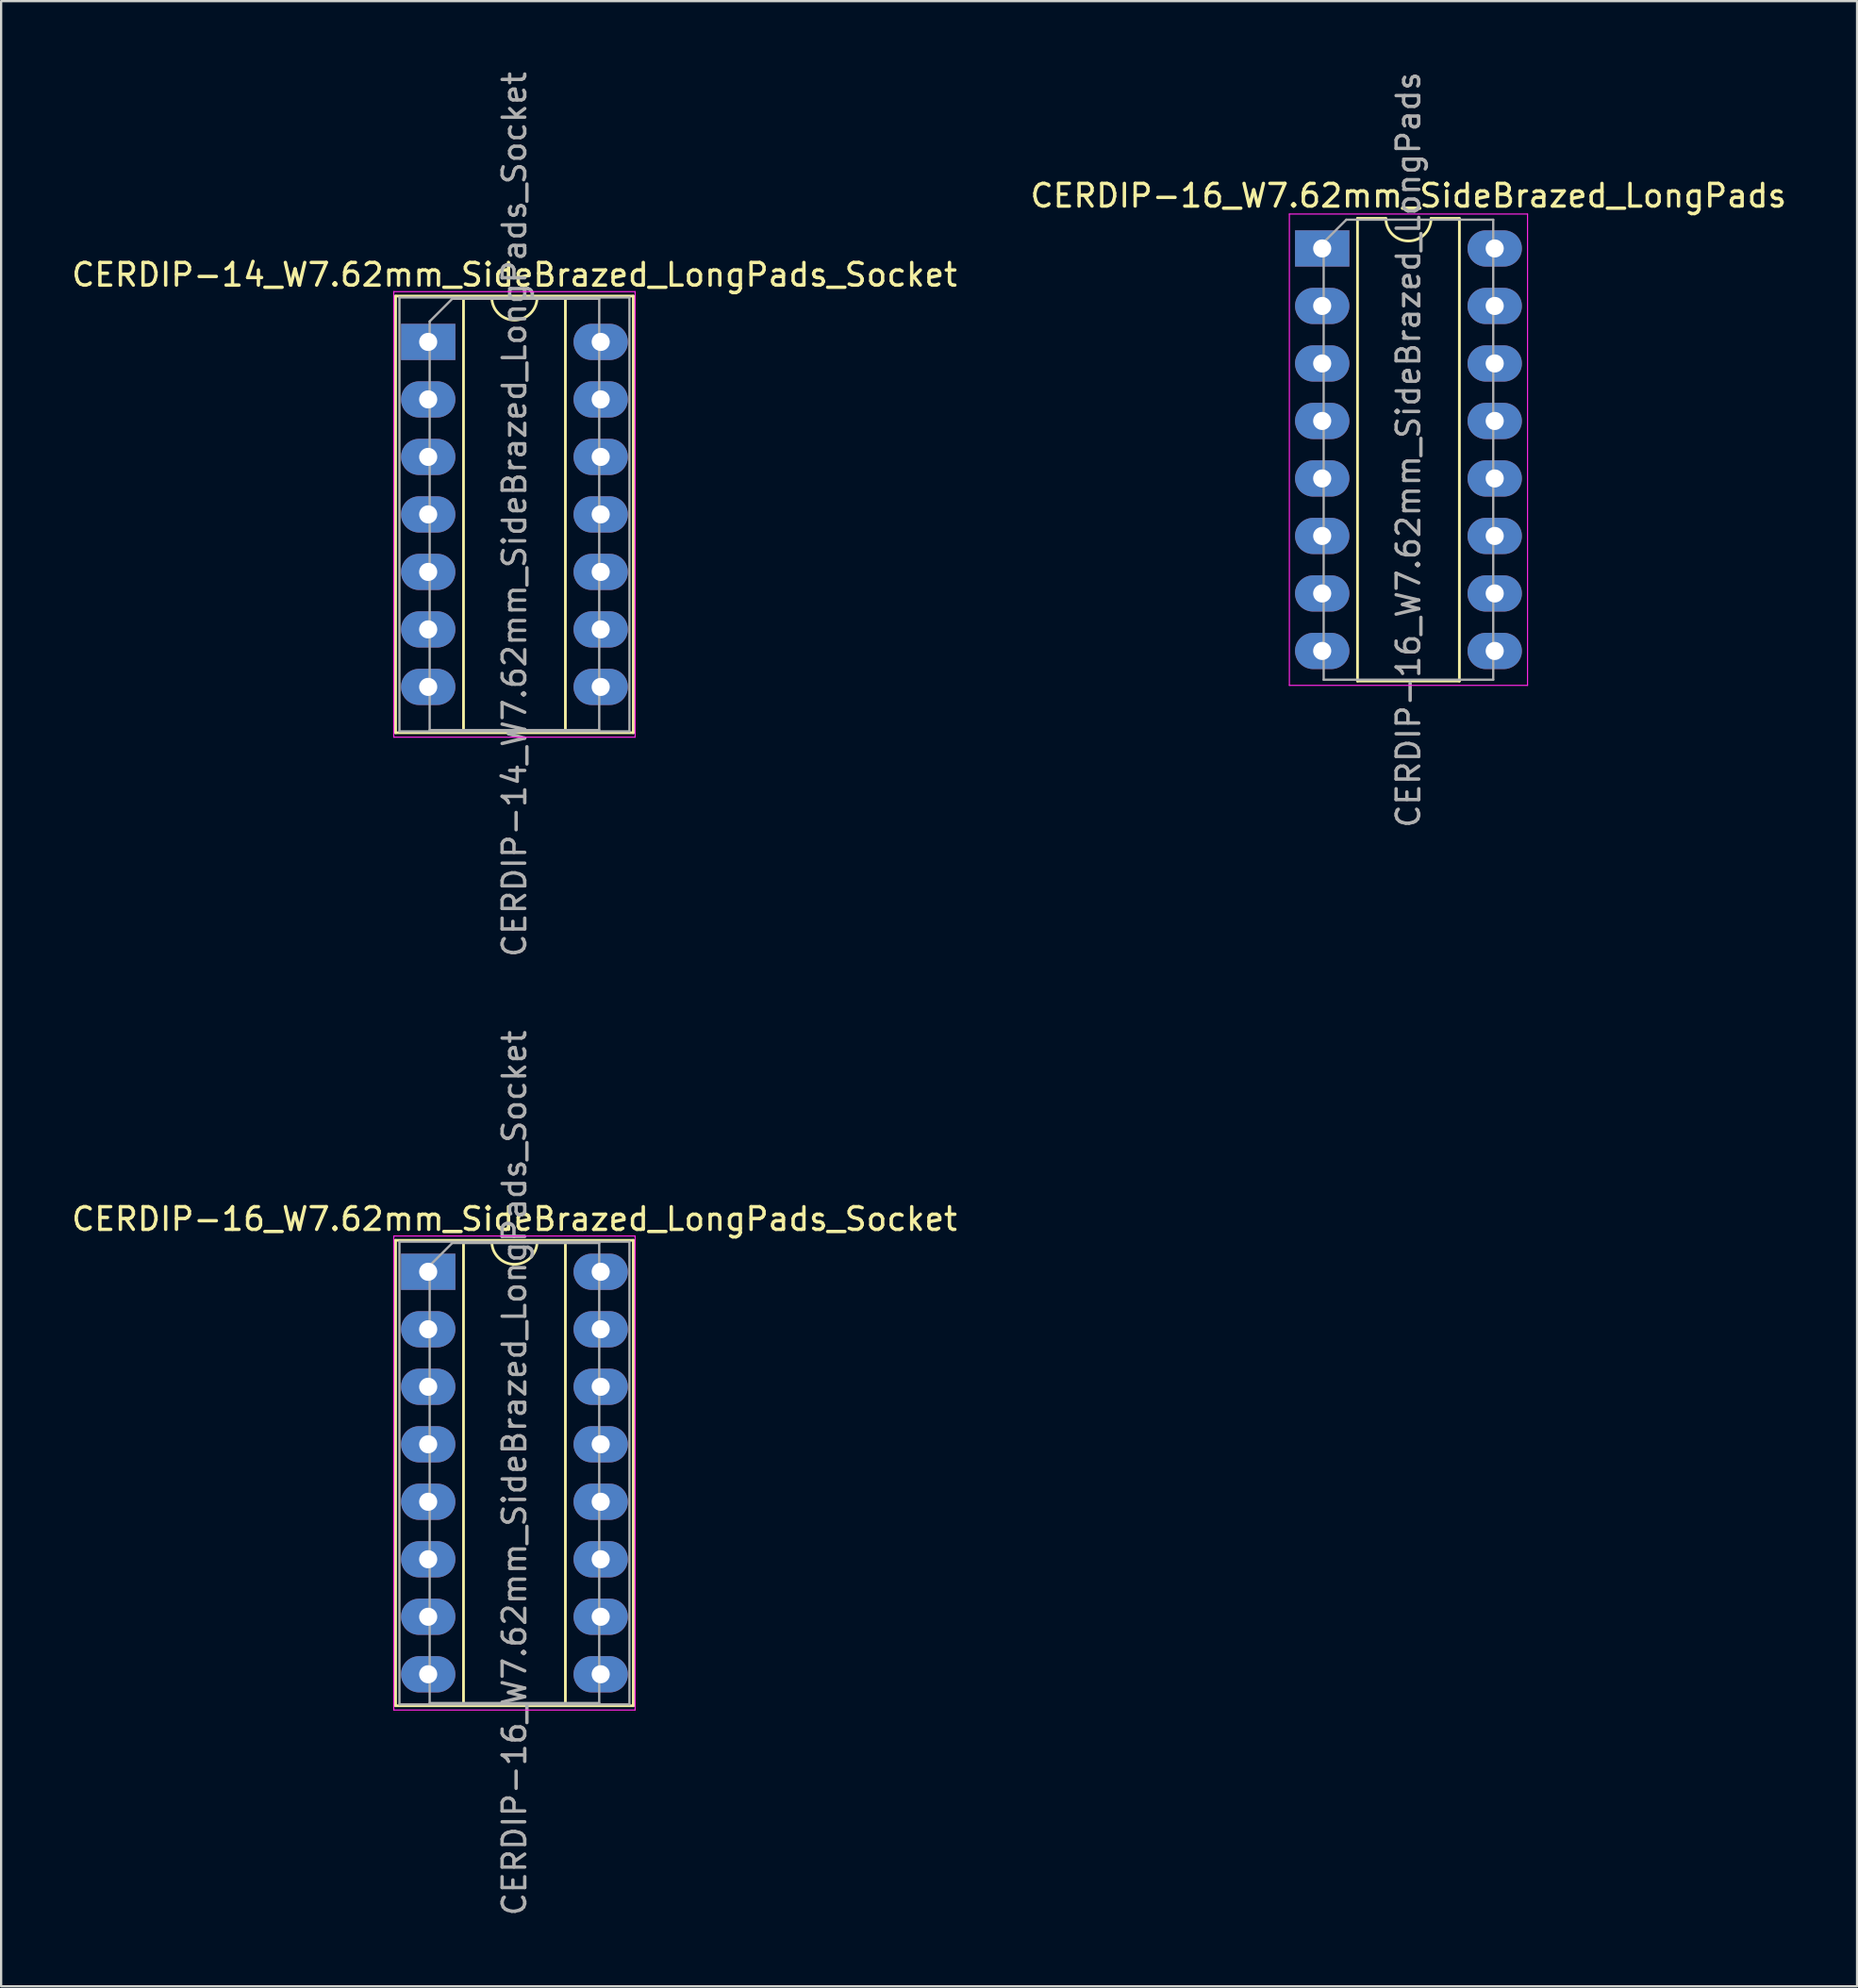
<source format=kicad_pcb>
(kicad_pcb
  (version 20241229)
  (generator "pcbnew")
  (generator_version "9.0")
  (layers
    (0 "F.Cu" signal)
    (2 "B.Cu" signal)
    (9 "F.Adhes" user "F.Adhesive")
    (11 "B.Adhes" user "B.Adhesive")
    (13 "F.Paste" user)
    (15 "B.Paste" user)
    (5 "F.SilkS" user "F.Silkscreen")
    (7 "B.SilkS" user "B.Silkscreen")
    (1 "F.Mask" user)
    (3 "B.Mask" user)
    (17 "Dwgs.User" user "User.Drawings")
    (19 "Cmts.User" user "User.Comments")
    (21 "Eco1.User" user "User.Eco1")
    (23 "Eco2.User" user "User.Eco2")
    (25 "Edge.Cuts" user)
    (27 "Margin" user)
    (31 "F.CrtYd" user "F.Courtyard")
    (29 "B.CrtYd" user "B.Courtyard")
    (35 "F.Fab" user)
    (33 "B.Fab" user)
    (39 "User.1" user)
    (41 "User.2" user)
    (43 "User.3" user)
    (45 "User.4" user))
  (footprint "CERDIP-14_W7.62mm_SideBrazed_LongPads_Socket"
    (layer "F.Cu")
    (at 15.863 12.053)
    (property "Reference" "CERDIP-14_W7.62mm_SideBrazed_LongPads_Socket" (at 3.81 -2.965 0) (layer "F.SilkS") (effects (font (size 1 1) (thickness 0.15))))
    (attr through_hole)
    (fp_line (start -1.44 -2.025) (end -1.44 17.265) (stroke (width 0.12) (type solid)) (layer "F.SilkS"))
    (fp_line (start -1.44 17.265) (end 9.06 17.265) (stroke (width 0.12) (type solid)) (layer "F.SilkS"))
    (fp_line (start 1.56 -1.965) (end 1.56 17.205) (stroke (width 0.12) (type solid)) (layer "F.SilkS"))
    (fp_line (start 1.56 17.205) (end 6.06 17.205) (stroke (width 0.12) (type solid)) (layer "F.SilkS"))
    (fp_line (start 2.81 -1.965) (end 1.56 -1.965) (stroke (width 0.12) (type solid)) (layer "F.SilkS"))
    (fp_line (start 6.06 -1.965) (end 4.81 -1.965) (stroke (width 0.12) (type solid)) (layer "F.SilkS"))
    (fp_line (start 6.06 17.205) (end 6.06 -1.965) (stroke (width 0.12) (type solid)) (layer "F.SilkS"))
    (fp_line (start 9.06 -2.025) (end -1.44 -2.025) (stroke (width 0.12) (type solid)) (layer "F.SilkS"))
    (fp_line (start 9.06 17.265) (end 9.06 -2.025) (stroke (width 0.12) (type solid)) (layer "F.SilkS"))
    (fp_arc (start 4.81 -1.965) (mid 3.81 -0.965) (end 2.81 -1.965) (stroke (width 0.12) (type solid)) (layer "F.SilkS"))
    (fp_line (start -1.52 -2.22) (end -1.52 17.46) (stroke (width 0.05) (type solid)) (layer "F.CrtYd"))
    (fp_line (start -1.52 17.46) (end 9.14 17.46) (stroke (width 0.05) (type solid)) (layer "F.CrtYd"))
    (fp_line (start 9.14 -2.22) (end -1.52 -2.22) (stroke (width 0.05) (type solid)) (layer "F.CrtYd"))
    (fp_line (start 9.14 17.46) (end 9.14 -2.22) (stroke (width 0.05) (type solid)) (layer "F.CrtYd"))
    (fp_line (start -1.27 -1.965) (end -1.27 17.205) (stroke (width 0.1) (type solid)) (layer "F.Fab"))
    (fp_line (start -1.27 17.205) (end 8.89 17.205) (stroke (width 0.1) (type solid)) (layer "F.Fab"))
    (fp_line (start 0.065 -0.905) (end 1.065 -1.905) (stroke (width 0.1) (type solid)) (layer "F.Fab"))
    (fp_line (start 0.065 17.145) (end 0.065 -0.905) (stroke (width 0.1) (type solid)) (layer "F.Fab"))
    (fp_line (start 1.065 -1.905) (end 7.555 -1.905) (stroke (width 0.1) (type solid)) (layer "F.Fab"))
    (fp_line (start 7.555 -1.905) (end 7.555 17.145) (stroke (width 0.1) (type solid)) (layer "F.Fab"))
    (fp_line (start 7.555 17.145) (end 0.065 17.145) (stroke (width 0.1) (type solid)) (layer "F.Fab"))
    (fp_line (start 8.89 -1.965) (end -1.27 -1.965) (stroke (width 0.1) (type solid)) (layer "F.Fab"))
    (fp_line (start 8.89 17.205) (end 8.89 -1.965) (stroke (width 0.1) (type solid)) (layer "F.Fab"))
    (fp_text user "${REFERENCE}" (at 3.81 7.62 90) (layer "F.Fab") (effects (font (size 1 1) (thickness 0.15))))
    (pad "1" thru_hole rect (at 0 0) (size 2.4 1.6) (drill 0.8) (layers "*.Cu" "*.Mask"))
    (pad "2" thru_hole oval (at 0 2.54) (size 2.4 1.6) (drill 0.8) (layers "*.Cu" "*.Mask"))
    (pad "3" thru_hole oval (at 0 5.08) (size 2.4 1.6) (drill 0.8) (layers "*.Cu" "*.Mask"))
    (pad "4" thru_hole oval (at 0 7.62) (size 2.4 1.6) (drill 0.8) (layers "*.Cu" "*.Mask"))
    (pad "5" thru_hole oval (at 0 10.16) (size 2.4 1.6) (drill 0.8) (layers "*.Cu" "*.Mask"))
    (pad "6" thru_hole oval (at 0 12.7) (size 2.4 1.6) (drill 0.8) (layers "*.Cu" "*.Mask"))
    (pad "7" thru_hole oval (at 0 15.24) (size 2.4 1.6) (drill 0.8) (layers "*.Cu" "*.Mask"))
    (pad "8" thru_hole oval (at 7.62 15.24) (size 2.4 1.6) (drill 0.8) (layers "*.Cu" "*.Mask"))
    (pad "9" thru_hole oval (at 7.62 12.7) (size 2.4 1.6) (drill 0.8) (layers "*.Cu" "*.Mask"))
    (pad "10" thru_hole oval (at 7.62 10.16) (size 2.4 1.6) (drill 0.8) (layers "*.Cu" "*.Mask"))
    (pad "11" thru_hole oval (at 7.62 7.62) (size 2.4 1.6) (drill 0.8) (layers "*.Cu" "*.Mask"))
    (pad "12" thru_hole oval (at 7.62 5.08) (size 2.4 1.6) (drill 0.8) (layers "*.Cu" "*.Mask"))
    (pad "13" thru_hole oval (at 7.62 2.54) (size 2.4 1.6) (drill 0.8) (layers "*.Cu" "*.Mask"))
    (pad "14" thru_hole oval (at 7.62 0) (size 2.4 1.6) (drill 0.8) (layers "*.Cu" "*.Mask")))
  (footprint "CERDIP-16_W7.62mm_SideBrazed_LongPads_Socket"
    (layer "F.Cu")
    (at 15.863 53.128)
    (property "Reference" "CERDIP-16_W7.62mm_SideBrazed_LongPads_Socket" (at 3.81 -2.33 0) (layer "F.SilkS") (effects (font (size 1 1) (thickness 0.15))))
    (attr through_hole)
    (fp_line (start -1.44 -1.39) (end -1.44 19.17) (stroke (width 0.12) (type solid)) (layer "F.SilkS"))
    (fp_line (start -1.44 19.17) (end 9.06 19.17) (stroke (width 0.12) (type solid)) (layer "F.SilkS"))
    (fp_line (start 1.56 -1.33) (end 1.56 19.11) (stroke (width 0.12) (type solid)) (layer "F.SilkS"))
    (fp_line (start 1.56 19.11) (end 6.06 19.11) (stroke (width 0.12) (type solid)) (layer "F.SilkS"))
    (fp_line (start 2.81 -1.33) (end 1.56 -1.33) (stroke (width 0.12) (type solid)) (layer "F.SilkS"))
    (fp_line (start 6.06 -1.33) (end 4.81 -1.33) (stroke (width 0.12) (type solid)) (layer "F.SilkS"))
    (fp_line (start 6.06 19.11) (end 6.06 -1.33) (stroke (width 0.12) (type solid)) (layer "F.SilkS"))
    (fp_line (start 9.06 -1.39) (end -1.44 -1.39) (stroke (width 0.12) (type solid)) (layer "F.SilkS"))
    (fp_line (start 9.06 19.17) (end 9.06 -1.39) (stroke (width 0.12) (type solid)) (layer "F.SilkS"))
    (fp_arc (start 4.81 -1.33) (mid 3.81 -0.33) (end 2.81 -1.33) (stroke (width 0.12) (type solid)) (layer "F.SilkS"))
    (fp_line (start -1.52 -1.58) (end -1.52 19.36) (stroke (width 0.05) (type solid)) (layer "F.CrtYd"))
    (fp_line (start -1.52 19.36) (end 9.14 19.36) (stroke (width 0.05) (type solid)) (layer "F.CrtYd"))
    (fp_line (start 9.14 -1.58) (end -1.52 -1.58) (stroke (width 0.05) (type solid)) (layer "F.CrtYd"))
    (fp_line (start 9.14 19.36) (end 9.14 -1.58) (stroke (width 0.05) (type solid)) (layer "F.CrtYd"))
    (fp_line (start -1.27 -1.33) (end -1.27 19.11) (stroke (width 0.1) (type solid)) (layer "F.Fab"))
    (fp_line (start -1.27 19.11) (end 8.89 19.11) (stroke (width 0.1) (type solid)) (layer "F.Fab"))
    (fp_line (start 0.065 -0.27) (end 1.065 -1.27) (stroke (width 0.1) (type solid)) (layer "F.Fab"))
    (fp_line (start 0.065 19.05) (end 0.065 -0.27) (stroke (width 0.1) (type solid)) (layer "F.Fab"))
    (fp_line (start 1.065 -1.27) (end 7.555 -1.27) (stroke (width 0.1) (type solid)) (layer "F.Fab"))
    (fp_line (start 7.555 -1.27) (end 7.555 19.05) (stroke (width 0.1) (type solid)) (layer "F.Fab"))
    (fp_line (start 7.555 19.05) (end 0.065 19.05) (stroke (width 0.1) (type solid)) (layer "F.Fab"))
    (fp_line (start 8.89 -1.33) (end -1.27 -1.33) (stroke (width 0.1) (type solid)) (layer "F.Fab"))
    (fp_line (start 8.89 19.11) (end 8.89 -1.33) (stroke (width 0.1) (type solid)) (layer "F.Fab"))
    (fp_text user "${REFERENCE}" (at 3.81 8.89 90) (layer "F.Fab") (effects (font (size 1 1) (thickness 0.15))))
    (pad "1" thru_hole rect (at 0 0) (size 2.4 1.6) (drill 0.8) (layers "*.Cu" "*.Mask"))
    (pad "2" thru_hole oval (at 0 2.54) (size 2.4 1.6) (drill 0.8) (layers "*.Cu" "*.Mask"))
    (pad "3" thru_hole oval (at 0 5.08) (size 2.4 1.6) (drill 0.8) (layers "*.Cu" "*.Mask"))
    (pad "4" thru_hole oval (at 0 7.62) (size 2.4 1.6) (drill 0.8) (layers "*.Cu" "*.Mask"))
    (pad "5" thru_hole oval (at 0 10.16) (size 2.4 1.6) (drill 0.8) (layers "*.Cu" "*.Mask"))
    (pad "6" thru_hole oval (at 0 12.7) (size 2.4 1.6) (drill 0.8) (layers "*.Cu" "*.Mask"))
    (pad "7" thru_hole oval (at 0 15.24) (size 2.4 1.6) (drill 0.8) (layers "*.Cu" "*.Mask"))
    (pad "8" thru_hole oval (at 0 17.78) (size 2.4 1.6) (drill 0.8) (layers "*.Cu" "*.Mask"))
    (pad "9" thru_hole oval (at 7.62 17.78) (size 2.4 1.6) (drill 0.8) (layers "*.Cu" "*.Mask"))
    (pad "10" thru_hole oval (at 7.62 15.24) (size 2.4 1.6) (drill 0.8) (layers "*.Cu" "*.Mask"))
    (pad "11" thru_hole oval (at 7.62 12.7) (size 2.4 1.6) (drill 0.8) (layers "*.Cu" "*.Mask"))
    (pad "12" thru_hole oval (at 7.62 10.16) (size 2.4 1.6) (drill 0.8) (layers "*.Cu" "*.Mask"))
    (pad "13" thru_hole oval (at 7.62 7.62) (size 2.4 1.6) (drill 0.8) (layers "*.Cu" "*.Mask"))
    (pad "14" thru_hole oval (at 7.62 5.08) (size 2.4 1.6) (drill 0.8) (layers "*.Cu" "*.Mask"))
    (pad "15" thru_hole oval (at 7.62 2.54) (size 2.4 1.6) (drill 0.8) (layers "*.Cu" "*.Mask"))
    (pad "16" thru_hole oval (at 7.62 0) (size 2.4 1.6) (drill 0.8) (layers "*.Cu" "*.Mask")))
  (footprint "CERDIP-16_W7.62mm_SideBrazed_LongPads"
    (layer "F.Cu")
    (at 55.351 7.925)
    (property "Reference" "CERDIP-16_W7.62mm_SideBrazed_LongPads" (at 3.81 -2.33 0) (layer "F.SilkS") (effects (font (size 1 1) (thickness 0.15))))
    (attr through_hole)
    (fp_line (start 1.56 -1.33) (end 1.56 19.11) (stroke (width 0.12) (type solid)) (layer "F.SilkS"))
    (fp_line (start 1.56 19.11) (end 6.06 19.11) (stroke (width 0.12) (type solid)) (layer "F.SilkS"))
    (fp_line (start 2.81 -1.33) (end 1.56 -1.33) (stroke (width 0.12) (type solid)) (layer "F.SilkS"))
    (fp_line (start 6.06 -1.33) (end 4.81 -1.33) (stroke (width 0.12) (type solid)) (layer "F.SilkS"))
    (fp_line (start 6.06 19.11) (end 6.06 -1.33) (stroke (width 0.12) (type solid)) (layer "F.SilkS"))
    (fp_arc (start 4.81 -1.33) (mid 3.81 -0.33) (end 2.81 -1.33) (stroke (width 0.12) (type solid)) (layer "F.SilkS"))
    (fp_line (start -1.45 -1.52) (end -1.45 19.3) (stroke (width 0.05) (type solid)) (layer "F.CrtYd"))
    (fp_line (start -1.45 19.3) (end 9.07 19.3) (stroke (width 0.05) (type solid)) (layer "F.CrtYd"))
    (fp_line (start 9.07 -1.52) (end -1.45 -1.52) (stroke (width 0.05) (type solid)) (layer "F.CrtYd"))
    (fp_line (start 9.07 19.3) (end 9.07 -1.52) (stroke (width 0.05) (type solid)) (layer "F.CrtYd"))
    (fp_line (start 0.065 -0.27) (end 1.065 -1.27) (stroke (width 0.1) (type solid)) (layer "F.Fab"))
    (fp_line (start 0.065 19.05) (end 0.065 -0.27) (stroke (width 0.1) (type solid)) (layer "F.Fab"))
    (fp_line (start 1.065 -1.27) (end 7.555 -1.27) (stroke (width 0.1) (type solid)) (layer "F.Fab"))
    (fp_line (start 7.555 -1.27) (end 7.555 19.05) (stroke (width 0.1) (type solid)) (layer "F.Fab"))
    (fp_line (start 7.555 19.05) (end 0.065 19.05) (stroke (width 0.1) (type solid)) (layer "F.Fab"))
    (fp_text user "${REFERENCE}" (at 3.81 8.89 90) (layer "F.Fab") (effects (font (size 1 1) (thickness 0.15))))
    (pad "1" thru_hole rect (at 0 0) (size 2.4 1.6) (drill 0.8) (layers "*.Cu" "*.Mask"))
    (pad "2" thru_hole oval (at 0 2.54) (size 2.4 1.6) (drill 0.8) (layers "*.Cu" "*.Mask"))
    (pad "3" thru_hole oval (at 0 5.08) (size 2.4 1.6) (drill 0.8) (layers "*.Cu" "*.Mask"))
    (pad "4" thru_hole oval (at 0 7.62) (size 2.4 1.6) (drill 0.8) (layers "*.Cu" "*.Mask"))
    (pad "5" thru_hole oval (at 0 10.16) (size 2.4 1.6) (drill 0.8) (layers "*.Cu" "*.Mask"))
    (pad "6" thru_hole oval (at 0 12.7) (size 2.4 1.6) (drill 0.8) (layers "*.Cu" "*.Mask"))
    (pad "7" thru_hole oval (at 0 15.24) (size 2.4 1.6) (drill 0.8) (layers "*.Cu" "*.Mask"))
    (pad "8" thru_hole oval (at 0 17.78) (size 2.4 1.6) (drill 0.8) (layers "*.Cu" "*.Mask"))
    (pad "9" thru_hole oval (at 7.62 17.78) (size 2.4 1.6) (drill 0.8) (layers "*.Cu" "*.Mask"))
    (pad "10" thru_hole oval (at 7.62 15.24) (size 2.4 1.6) (drill 0.8) (layers "*.Cu" "*.Mask"))
    (pad "11" thru_hole oval (at 7.62 12.7) (size 2.4 1.6) (drill 0.8) (layers "*.Cu" "*.Mask"))
    (pad "12" thru_hole oval (at 7.62 10.16) (size 2.4 1.6) (drill 0.8) (layers "*.Cu" "*.Mask"))
    (pad "13" thru_hole oval (at 7.62 7.62) (size 2.4 1.6) (drill 0.8) (layers "*.Cu" "*.Mask"))
    (pad "14" thru_hole oval (at 7.62 5.08) (size 2.4 1.6) (drill 0.8) (layers "*.Cu" "*.Mask"))
    (pad "15" thru_hole oval (at 7.62 2.54) (size 2.4 1.6) (drill 0.8) (layers "*.Cu" "*.Mask"))
    (pad "16" thru_hole oval (at 7.62 0) (size 2.4 1.6) (drill 0.8) (layers "*.Cu" "*.Mask")))
  (gr_rect
    (start -3 -3)
    (end 78.976 84.69)
    (stroke (width 0.1) (type default))
    (fill no)
    (layer "Edge.Cuts")))
</source>
